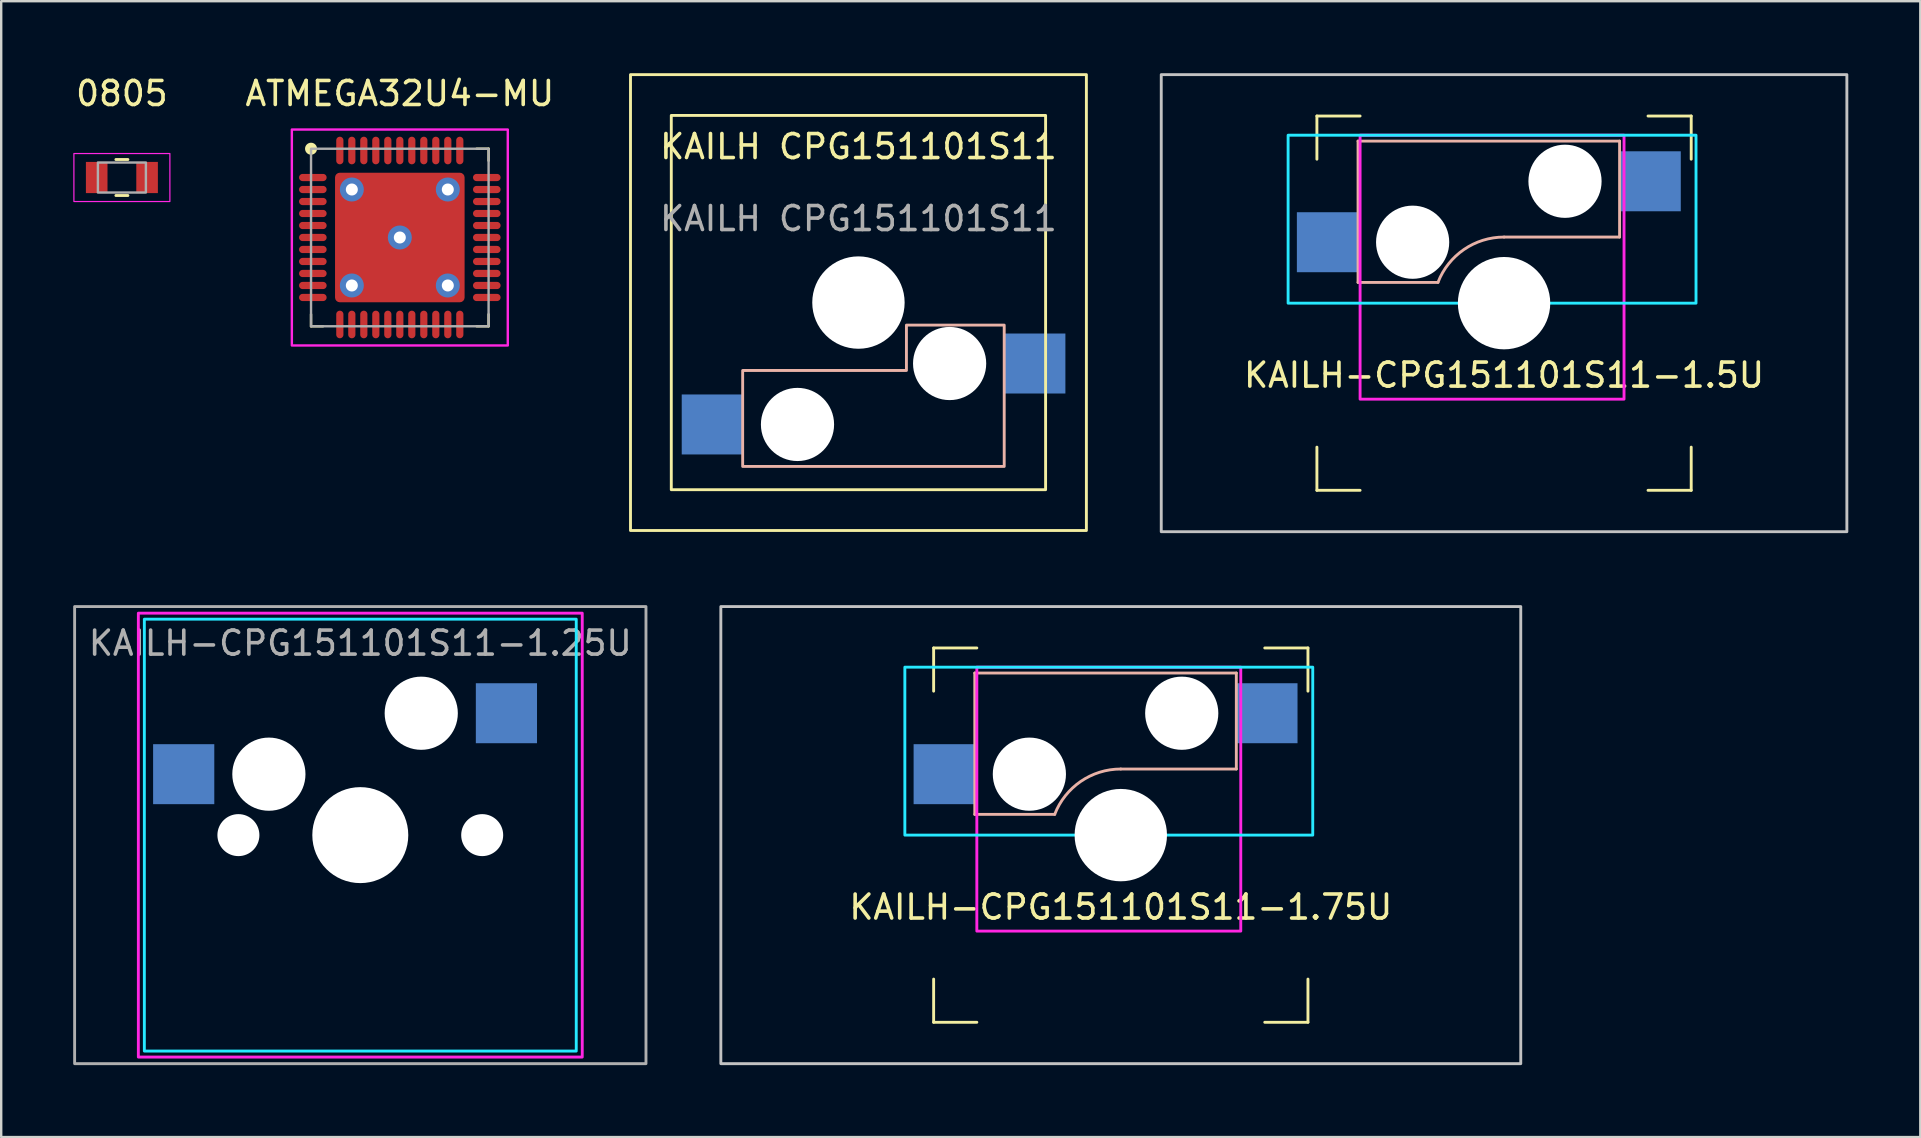
<source format=kicad_pcb>
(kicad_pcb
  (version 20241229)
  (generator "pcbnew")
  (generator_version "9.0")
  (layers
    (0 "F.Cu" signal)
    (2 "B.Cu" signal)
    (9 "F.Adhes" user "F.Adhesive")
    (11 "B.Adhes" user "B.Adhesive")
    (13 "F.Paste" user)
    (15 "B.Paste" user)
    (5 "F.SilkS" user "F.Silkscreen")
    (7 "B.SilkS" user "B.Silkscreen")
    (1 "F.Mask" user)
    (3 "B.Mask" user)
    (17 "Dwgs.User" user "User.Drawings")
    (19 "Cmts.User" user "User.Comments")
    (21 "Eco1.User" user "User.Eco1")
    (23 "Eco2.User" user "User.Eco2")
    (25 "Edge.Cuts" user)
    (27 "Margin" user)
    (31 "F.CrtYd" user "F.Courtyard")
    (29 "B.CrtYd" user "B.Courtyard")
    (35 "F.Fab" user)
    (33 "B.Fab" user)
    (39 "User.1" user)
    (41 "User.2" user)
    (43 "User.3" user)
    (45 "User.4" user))
  (footprint "0805"
    (layer "F.Cu")
    (at 2.03 4.348)
    (property "Reference" "0805" (at 0 -3.5 0) (unlocked yes) (layer "F.SilkS") (effects (font (size 1 1) (thickness 0.15))))
    (attr smd)
    (fp_line (start -0.25 -0.75) (end 0.25 -0.75) (stroke (width 0.12) (type solid)) (layer "F.SilkS"))
    (fp_line (start -0.25 0.75) (end 0.25 0.75) (stroke (width 0.12) (type solid)) (layer "F.SilkS"))
    (fp_rect (start -2 -1) (end 2 1) (stroke (width 0.05) (type solid)) (fill no) (layer "F.CrtYd"))
    (fp_rect (start -1 -0.625) (end 1 0.625) (stroke (width 0.1) (type solid)) (fill no) (layer "F.Fab"))
    (pad "1" smd rect (at -1.05 0) (size 0.9 1.3) (layers "F.Cu" "F.Mask" "F.Paste"))
    (pad "2" smd rect (at 1.05 0) (size 0.9 1.3) (layers "F.Cu" "F.Mask" "F.Paste")))
  (footprint "ATMEGA32U4-MU"
    (layer "F.Cu")
    (at 13.613 6.848)
    (property "Reference" "ATMEGA32U4-MU" (at 0 -6 0) (unlocked yes) (layer "F.SilkS") (effects (font (size 1 1) (thickness 0.15))))
    (attr smd)
    (fp_line (start -3.7 3.2) (end -3.7 3.7) (stroke (width 0.1) (type solid)) (layer "F.SilkS"))
    (fp_line (start -3.7 3.7) (end -3.2 3.7) (stroke (width 0.1) (type solid)) (layer "F.SilkS"))
    (fp_line (start 3.7 -3.7) (end 3.2 -3.7) (stroke (width 0.1) (type solid)) (layer "F.SilkS"))
    (fp_line (start 3.7 -3.7) (end 3.7 -3.2) (stroke (width 0.1) (type solid)) (layer "F.SilkS"))
    (fp_line (start 3.7 3.7) (end 3.2 3.7) (stroke (width 0.1) (type solid)) (layer "F.SilkS"))
    (fp_line (start 3.7 3.7) (end 3.7 3.2) (stroke (width 0.1) (type solid)) (layer "F.SilkS"))
    (fp_circle (center -3.7 -3.7) (end -3.55 -3.7) (stroke (width 0.2) (type solid)) (fill yes) (layer "F.SilkS"))
    (fp_rect (start -4.5 4.5) (end 4.5 -4.5) (stroke (width 0.1) (type solid)) (fill no) (layer "F.CrtYd"))
    (fp_rect (start -3.7 -3.7) (end 3.7 3.7) (stroke (width 0.1) (type solid)) (fill no) (layer "F.Fab"))
    (pad "" thru_hole circle (at -2 -2) (size 1 1) (drill 0.5) (layers "*.Cu" "*.Mask"))
    (pad "" thru_hole circle (at -2 2) (size 1 1) (drill 0.5) (layers "*.Cu" "*.Mask"))
    (pad "" thru_hole circle (at 0 0) (size 1 1) (drill 0.5) (layers "*.Cu" "*.Mask"))
    (pad "" thru_hole circle (at 2 -2) (size 1 1) (drill 0.5) (layers "*.Cu" "*.Mask"))
    (pad "" thru_hole circle (at 2 2) (size 1 1) (drill 0.5) (layers "*.Cu" "*.Mask"))
    (pad "1" smd oval (at -3.625 -2.5) (size 1.15 0.3) (layers "F.Cu" "F.Mask" "F.Paste"))
    (pad "2" smd oval (at -3.625 -2) (size 1.15 0.3) (layers "F.Cu" "F.Mask" "F.Paste"))
    (pad "3" smd oval (at -3.625 -1.5) (size 1.15 0.3) (layers "F.Cu" "F.Mask" "F.Paste"))
    (pad "4" smd oval (at -3.625 -1) (size 1.15 0.3) (layers "F.Cu" "F.Mask" "F.Paste"))
    (pad "5" smd oval (at -3.625 -0.5) (size 1.15 0.3) (layers "F.Cu" "F.Mask" "F.Paste"))
    (pad "6" smd oval (at -3.625 0) (size 1.15 0.3) (layers "F.Cu" "F.Mask" "F.Paste"))
    (pad "7" smd oval (at -3.625 0.5) (size 1.15 0.3) (layers "F.Cu" "F.Mask" "F.Paste"))
    (pad "8" smd oval (at -3.625 1) (size 1.15 0.3) (layers "F.Cu" "F.Mask" "F.Paste"))
    (pad "9" smd oval (at -3.625 1.5) (size 1.15 0.3) (layers "F.Cu" "F.Mask" "F.Paste"))
    (pad "10" smd oval (at -3.625 2) (size 1.15 0.3) (layers "F.Cu" "F.Mask" "F.Paste"))
    (pad "11" smd oval (at -3.625 2.5) (size 1.15 0.3) (layers "F.Cu" "F.Mask" "F.Paste"))
    (pad "12" smd oval (at -2.5 3.625 90) (size 1.15 0.3) (layers "F.Cu" "F.Mask" "F.Paste"))
    (pad "13" smd oval (at -2 3.625 90) (size 1.15 0.3) (layers "F.Cu" "F.Mask" "F.Paste"))
    (pad "14" smd oval (at -1.5 3.625 90) (size 1.15 0.3) (layers "F.Cu" "F.Mask" "F.Paste"))
    (pad "15" smd oval (at -1 3.625 90) (size 1.15 0.3) (layers "F.Cu" "F.Mask" "F.Paste"))
    (pad "16" smd oval (at -0.5 3.625 90) (size 1.15 0.3) (layers "F.Cu" "F.Mask" "F.Paste"))
    (pad "17" smd oval (at 0 3.625 90) (size 1.15 0.3) (layers "F.Cu" "F.Mask" "F.Paste"))
    (pad "18" smd oval (at 0.5 3.625 90) (size 1.15 0.3) (layers "F.Cu" "F.Mask" "F.Paste"))
    (pad "19" smd oval (at 1 3.625 90) (size 1.15 0.3) (layers "F.Cu" "F.Mask" "F.Paste"))
    (pad "20" smd oval (at 1.5 3.625 90) (size 1.15 0.3) (layers "F.Cu" "F.Mask" "F.Paste"))
    (pad "21" smd oval (at 2 3.625 90) (size 1.15 0.3) (layers "F.Cu" "F.Mask" "F.Paste"))
    (pad "22" smd oval (at 2.5 3.625 90) (size 1.15 0.3) (layers "F.Cu" "F.Mask" "F.Paste"))
    (pad "23" smd oval (at 3.625 2.5) (size 1.15 0.3) (layers "F.Cu" "F.Mask" "F.Paste"))
    (pad "24" smd oval (at 3.625 2) (size 1.15 0.3) (layers "F.Cu" "F.Mask" "F.Paste"))
    (pad "25" smd oval (at 3.625 1.5) (size 1.15 0.3) (layers "F.Cu" "F.Mask" "F.Paste"))
    (pad "26" smd oval (at 3.625 1) (size 1.15 0.3) (layers "F.Cu" "F.Mask" "F.Paste"))
    (pad "27" smd oval (at 3.625 0.5) (size 1.15 0.3) (layers "F.Cu" "F.Mask" "F.Paste"))
    (pad "28" smd oval (at 3.625 0) (size 1.15 0.3) (layers "F.Cu" "F.Mask" "F.Paste"))
    (pad "29" smd oval (at 3.625 -0.5) (size 1.15 0.3) (layers "F.Cu" "F.Mask" "F.Paste"))
    (pad "30" smd oval (at 3.625 -1) (size 1.15 0.3) (layers "F.Cu" "F.Mask" "F.Paste"))
    (pad "31" smd oval (at 3.625 -1.5) (size 1.15 0.3) (layers "F.Cu" "F.Mask" "F.Paste"))
    (pad "32" smd oval (at 3.625 -2) (size 1.15 0.3) (layers "F.Cu" "F.Mask" "F.Paste"))
    (pad "33" smd oval (at 3.625 -2.5) (size 1.15 0.3) (layers "F.Cu" "F.Mask" "F.Paste"))
    (pad "34" smd oval (at 2.5 -3.625 90) (size 1.15 0.3) (layers "F.Cu" "F.Mask" "F.Paste"))
    (pad "35" smd oval (at 2 -3.625 90) (size 1.15 0.3) (layers "F.Cu" "F.Mask" "F.Paste"))
    (pad "36" smd oval (at 1.5 -3.625 90) (size 1.15 0.3) (layers "F.Cu" "F.Mask" "F.Paste"))
    (pad "37" smd oval (at 1 -3.625 90) (size 1.15 0.3) (layers "F.Cu" "F.Mask" "F.Paste"))
    (pad "38" smd oval (at 0.5 -3.625 90) (size 1.15 0.3) (layers "F.Cu" "F.Mask" "F.Paste"))
    (pad "39" smd oval (at 0 -3.625 90) (size 1.15 0.3) (layers "F.Cu" "F.Mask" "F.Paste"))
    (pad "40" smd oval (at -0.5 -3.625 90) (size 1.15 0.3) (layers "F.Cu" "F.Mask" "F.Paste"))
    (pad "41" smd oval (at -1 -3.625 90) (size 1.15 0.3) (layers "F.Cu" "F.Mask" "F.Paste"))
    (pad "42" smd oval (at -1.5 -3.625 90) (size 1.15 0.3) (layers "F.Cu" "F.Mask" "F.Paste"))
    (pad "43" smd oval (at -2 -3.625 90) (size 1.15 0.3) (layers "F.Cu" "F.Mask" "F.Paste"))
    (pad "44" smd oval (at -2.5 -3.625 90) (size 1.15 0.3) (layers "F.Cu" "F.Mask" "F.Paste"))
    (pad "45" smd roundrect (at 0 0) (size 5.4 5.4) (layers "F.Cu" "F.Mask" "F.Paste") (roundrect_rratio 0.037)))
  (footprint "KAILH-CPG151101S11-1.5U"
    (layer "F.Cu")
    (at 59.634 9.585)
    (property "Reference" "KAILH-CPG151101S11-1.5U" (at 0 3 0) (unlocked yes) (layer "F.SilkS") (effects (font (size 1 1) (thickness 0.15))))
    (attr smd)
    (fp_line (start -7.8 -6) (end -7.8 -7.8) (stroke (width 0.12) (type solid)) (layer "F.SilkS"))
    (fp_line (start -7.8 6) (end -7.8 7.8) (stroke (width 0.12) (type solid)) (layer "F.SilkS"))
    (fp_line (start -6 -7.8) (end -7.8 -7.8) (stroke (width 0.12) (type solid)) (layer "F.SilkS"))
    (fp_line (start -6 7.8) (end -7.8 7.8) (stroke (width 0.12) (type solid)) (layer "F.SilkS"))
    (fp_line (start 6 -7.8) (end 7.8 -7.8) (stroke (width 0.12) (type solid)) (layer "F.SilkS"))
    (fp_line (start 6 7.8) (end 7.8 7.8) (stroke (width 0.12) (type solid)) (layer "F.SilkS"))
    (fp_line (start 7.8 -6) (end 7.8 -7.8) (stroke (width 0.12) (type solid)) (layer "F.SilkS"))
    (fp_line (start 7.8 6) (end 7.8 7.8) (stroke (width 0.12) (type solid)) (layer "F.SilkS"))
    (fp_line (start -6.085 -6.755) (end -6.085 -0.865) (stroke (width 0.12) (type solid)) (layer "B.SilkS"))
    (fp_line (start -6.085 -6.755) (end 4.815 -6.755) (stroke (width 0.12) (type solid)) (layer "B.SilkS"))
    (fp_line (start -6.085 -0.865) (end -2.755 -0.865) (stroke (width 0.12) (type solid)) (layer "B.SilkS"))
    (fp_line (start 4.815 -6.755) (end 4.815 -2.755) (stroke (width 0.12) (type solid)) (layer "B.SilkS"))
    (fp_line (start 4.815 -2.755) (end 0 -2.755) (stroke (width 0.12) (type solid)) (layer "B.SilkS"))
    (fp_arc (start -2.755 -0.865) (mid -1.670488 -2.237081) (end 0 -2.755) (stroke (width 0.12) (type solid)) (layer "B.SilkS"))
    (fp_rect (start -14.287 -9.525) (end 14.287 9.525) (stroke (width 0.12) (type solid)) (fill no) (layer "Dwgs.User"))
    (fp_rect (start -9 -7) (end 8 0) (stroke (width 0.12) (type solid)) (fill no) (layer "B.CrtYd"))
    (fp_rect (start 5 4) (end -6 -7) (stroke (width 0.12) (type solid)) (fill no) (layer "F.CrtYd"))
    (pad "" np_thru_hole circle (at -3.81 -2.54) (size 3.05 3.05) (drill 3.05) (layers "*.Cu" "*.Mask"))
    (pad "" np_thru_hole circle (at 0 0) (size 3.85 3.85) (drill 3.85) (layers "*.Cu" "*.Mask"))
    (pad "" np_thru_hole circle (at 2.54 -5.08) (size 3.05 3.05) (drill 3.05) (layers "*.Cu" "*.Mask"))
    (pad "1" smd rect (at -7.36 -2.54) (size 2.55 2.5) (layers "F.Mask" "B.Cu" "F.Paste"))
    (pad "2" smd rect (at 6.09 -5.08) (size 2.55 2.5) (layers "F.Mask" "B.Cu" "F.Paste")))
  (footprint "KAILH-CPG151101S11-1.25U"
    (layer "F.Cu")
    (at 11.966 31.755)
    (property "Reference" "KAILH-CPG151101S11-1.25U" (at 0 -8 0) (unlocked yes) (layer "F.Fab") (effects (font (size 1 1) (thickness 0.15))))
    (attr smd)
    (fp_rect (start -9 -9) (end 9 9) (stroke (width 0.12) (type solid)) (fill no) (layer "B.CrtYd"))
    (fp_rect (start 9.25 9.25) (end -9.25 -9.25) (stroke (width 0.12) (type solid)) (fill no) (layer "F.CrtYd"))
    (fp_rect (start -11.906 -9.525) (end 11.906 9.525) (stroke (width 0.12) (type solid)) (fill no) (layer "F.Fab"))
    (pad "" np_thru_hole circle (at -5.08 0) (size 1.75 1.75) (drill 1.75) (layers "*.Cu" "*.Mask"))
    (pad "" np_thru_hole circle (at -3.81 -2.54) (size 3.05 3.05) (drill 3.05) (layers "*.Cu" "*.Mask"))
    (pad "" np_thru_hole circle (at 0 0) (size 4 4) (drill 4) (layers "*.Cu" "*.Mask"))
    (pad "" np_thru_hole circle (at 2.54 -5.08) (size 3.05 3.05) (drill 3.05) (layers "*.Cu" "*.Mask"))
    (pad "" np_thru_hole circle (at 5.08 0) (size 1.75 1.75) (drill 1.75) (layers "*.Cu" "*.Mask"))
    (pad "1" smd rect (at 6.09 -5.08) (size 2.55 2.5) (layers "F.Mask" "B.Cu" "F.Paste"))
    (pad "2" smd rect (at -7.36 -2.54) (size 2.55 2.5) (layers "F.Mask" "B.Cu" "F.Paste")))
  (footprint "KAILH-CPG151101S11-1.75U"
    (layer "F.Cu")
    (at 43.661 31.755)
    (property "Reference" "KAILH-CPG151101S11-1.75U" (at 0 3 0) (unlocked yes) (layer "F.SilkS") (effects (font (size 1 1) (thickness 0.15))))
    (attr smd)
    (fp_line (start -7.8 -6) (end -7.8 -7.8) (stroke (width 0.12) (type solid)) (layer "F.SilkS"))
    (fp_line (start -7.8 6) (end -7.8 7.8) (stroke (width 0.12) (type solid)) (layer "F.SilkS"))
    (fp_line (start -6 -7.8) (end -7.8 -7.8) (stroke (width 0.12) (type solid)) (layer "F.SilkS"))
    (fp_line (start -6 7.8) (end -7.8 7.8) (stroke (width 0.12) (type solid)) (layer "F.SilkS"))
    (fp_line (start 6 -7.8) (end 7.8 -7.8) (stroke (width 0.12) (type solid)) (layer "F.SilkS"))
    (fp_line (start 6 7.8) (end 7.8 7.8) (stroke (width 0.12) (type solid)) (layer "F.SilkS"))
    (fp_line (start 7.8 -6) (end 7.8 -7.8) (stroke (width 0.12) (type solid)) (layer "F.SilkS"))
    (fp_line (start 7.8 6) (end 7.8 7.8) (stroke (width 0.12) (type solid)) (layer "F.SilkS"))
    (fp_line (start -6.085 -6.755) (end -6.085 -0.865) (stroke (width 0.12) (type solid)) (layer "B.SilkS"))
    (fp_line (start -6.085 -6.755) (end 4.815 -6.755) (stroke (width 0.12) (type solid)) (layer "B.SilkS"))
    (fp_line (start -6.085 -0.865) (end -2.755 -0.865) (stroke (width 0.12) (type solid)) (layer "B.SilkS"))
    (fp_line (start 4.815 -6.755) (end 4.815 -2.755) (stroke (width 0.12) (type solid)) (layer "B.SilkS"))
    (fp_line (start 4.815 -2.755) (end 0 -2.755) (stroke (width 0.12) (type solid)) (layer "B.SilkS"))
    (fp_arc (start -2.755 -0.865) (mid -1.670488 -2.237081) (end 0 -2.755) (stroke (width 0.12) (type solid)) (layer "B.SilkS"))
    (fp_rect (start -16.669 -9.525) (end 16.669 9.525) (stroke (width 0.12) (type solid)) (fill no) (layer "Dwgs.User"))
    (fp_rect (start -9 -7) (end 8 0) (stroke (width 0.12) (type solid)) (fill no) (layer "B.CrtYd"))
    (fp_rect (start 5 4) (end -6 -7) (stroke (width 0.12) (type solid)) (fill no) (layer "F.CrtYd"))
    (pad "" smd rect (at -7.36 -2.54) (size 2.55 2.5) (layers "F.Mask" "B.Cu" "F.Paste"))
    (pad "" np_thru_hole circle (at -3.81 -2.54) (size 3.05 3.05) (drill 3.05) (layers "*.Cu" "*.Mask"))
    (pad "" np_thru_hole circle (at 0 0) (size 3.85 3.85) (drill 3.85) (layers "*.Cu" "*.Mask"))
    (pad "" np_thru_hole circle (at 2.54 -5.08) (size 3.05 3.05) (drill 3.05) (layers "*.Cu" "*.Mask"))
    (pad "" smd rect (at 6.09 -5.08) (size 2.55 2.5) (layers "F.Mask" "B.Cu" "F.Paste")))
  (footprint "KAILH CPG151101S11"
    (layer "F.Cu")
    (at 32.727 9.56)
    (property "Reference" "KAILH CPG151101S11" (at 0 -6.5 0) (unlocked yes) (layer "F.SilkS") (effects (font (size 1 1) (thickness 0.15))))
    (attr smd)
    (fp_rect (start -9.5 -9.5) (end 9.5 9.5) (stroke (width 0.12) (type solid)) (fill no) (layer "F.SilkS"))
    (fp_rect (start -7.8 -7.8) (end 7.8 7.8) (stroke (width 0.12) (type solid)) (fill no) (layer "F.SilkS"))
    (fp_poly (pts (xy -4.825 2.83) (xy 2 2.83) (xy 2 0.94) (xy 6.075 0.94) (xy 6.075 6.83) (xy -4.825 6.83)) (stroke (width 0.12) (type solid)) (fill no) (layer "B.SilkS"))
    (fp_text user "${REFERENCE}" (at 0 -3.5 0) (unlocked yes) (layer "F.Fab") (effects (font (size 1 1) (thickness 0.15))))
    (pad "" np_thru_hole circle (at -2.54 5.08) (size 3.05 3.05) (drill 3.05) (layers "*.Cu" "*.Mask"))
    (pad "" np_thru_hole circle (at 0 0) (size 3.85 3.85) (drill 3.85) (layers "*.Cu" "*.Mask"))
    (pad "" np_thru_hole circle (at 3.8 2.54) (size 3.05 3.05) (drill 3.05) (layers "*.Cu" "*.Mask"))
    (pad "1" smd rect (at 7.35 2.54 180) (size 2.55 2.5) (layers "B.Cu" "B.Mask" "B.Paste"))
    (pad "2" smd rect (at -6.09 5.08) (size 2.55 2.5) (layers "B.Cu" "B.Mask" "B.Paste")))
  (gr_rect
    (start -3 -3)
    (end 76.982 44.34)
    (stroke (width 0.1) (type default))
    (fill no)
    (layer "Edge.Cuts")))
</source>
